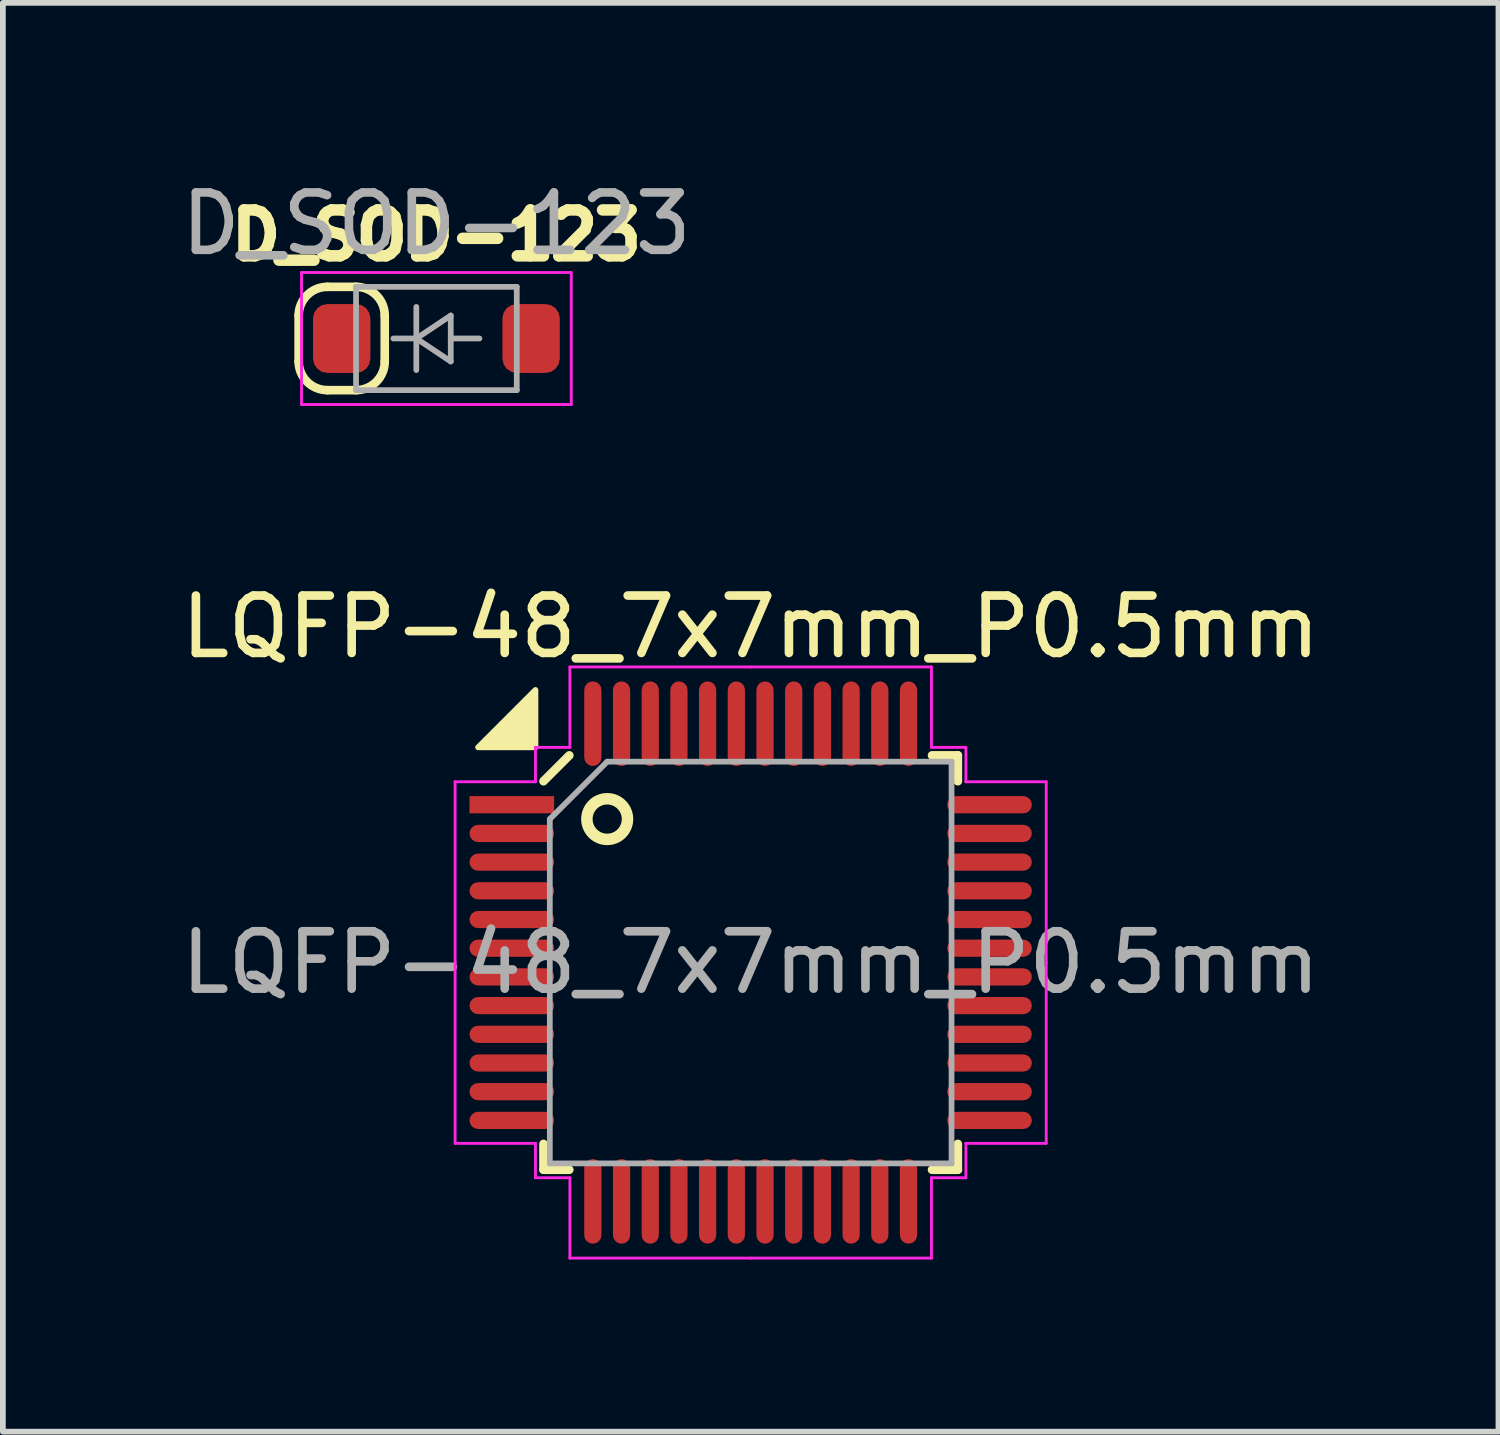
<source format=kicad_pcb>
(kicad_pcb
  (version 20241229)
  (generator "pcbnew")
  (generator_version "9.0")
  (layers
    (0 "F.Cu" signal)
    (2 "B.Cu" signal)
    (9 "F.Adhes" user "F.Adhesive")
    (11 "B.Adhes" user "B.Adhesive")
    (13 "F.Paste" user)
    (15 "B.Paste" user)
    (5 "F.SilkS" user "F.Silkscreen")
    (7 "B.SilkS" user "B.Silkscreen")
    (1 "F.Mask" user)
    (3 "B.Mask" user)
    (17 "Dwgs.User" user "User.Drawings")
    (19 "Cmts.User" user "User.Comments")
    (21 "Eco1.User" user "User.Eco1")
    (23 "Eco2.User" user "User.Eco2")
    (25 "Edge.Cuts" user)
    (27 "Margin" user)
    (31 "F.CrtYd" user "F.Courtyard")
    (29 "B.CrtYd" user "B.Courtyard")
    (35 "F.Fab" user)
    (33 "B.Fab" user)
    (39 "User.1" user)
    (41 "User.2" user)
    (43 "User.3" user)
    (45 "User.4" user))
  (footprint "LQFP-48_7x7mm_P0.5mm"
    (layer "F.Cu")
    (at 10.03 13.722)
    (property "Reference" "LQFP-48_7x7mm_P0.5mm" (at 0 -5.85 0) (layer "F.SilkS") (effects (font (size 1 1) (thickness 0.15))))
    (attr smd)
    (fp_line (start -3.61 -3.16) (end -3.16 -3.61) (stroke (width 0.15) (type solid)) (layer "F.SilkS"))
    (fp_line (start -3.61 3.61) (end -3.61 3.16) (stroke (width 0.15) (type solid)) (layer "F.SilkS"))
    (fp_line (start -3.16 3.61) (end -3.61 3.61) (stroke (width 0.15) (type solid)) (layer "F.SilkS"))
    (fp_line (start 3.16 -3.61) (end 3.61 -3.61) (stroke (width 0.15) (type solid)) (layer "F.SilkS"))
    (fp_line (start 3.16 3.61) (end 3.61 3.61) (stroke (width 0.15) (type solid)) (layer "F.SilkS"))
    (fp_line (start 3.61 -3.61) (end 3.61 -3.16) (stroke (width 0.15) (type solid)) (layer "F.SilkS"))
    (fp_line (start 3.61 3.61) (end 3.61 3.16) (stroke (width 0.15) (type solid)) (layer "F.SilkS"))
    (fp_circle (center -2.5 -2.5) (end -2.146 -2.5) (stroke (width 0.2) (type solid)) (fill no) (layer "F.SilkS"))
    (fp_poly (pts (xy -3.75 -3.75) (xy -3.75 -4.75) (xy -4.75 -3.75)) (stroke (width 0.1) (type solid)) (fill yes) (layer "F.SilkS"))
    (fp_line (start -5.15 -3.15) (end -5.15 0) (stroke (width 0.05) (type solid)) (layer "F.CrtYd"))
    (fp_line (start -5.15 3.15) (end -5.15 0) (stroke (width 0.05) (type solid)) (layer "F.CrtYd"))
    (fp_line (start -3.75 -3.75) (end -3.75 -3.15) (stroke (width 0.05) (type solid)) (layer "F.CrtYd"))
    (fp_line (start -3.75 -3.15) (end -5.15 -3.15) (stroke (width 0.05) (type solid)) (layer "F.CrtYd"))
    (fp_line (start -3.75 3.15) (end -5.15 3.15) (stroke (width 0.05) (type solid)) (layer "F.CrtYd"))
    (fp_line (start -3.75 3.75) (end -3.75 3.15) (stroke (width 0.05) (type solid)) (layer "F.CrtYd"))
    (fp_line (start -3.15 -5.15) (end -3.15 -3.75) (stroke (width 0.05) (type solid)) (layer "F.CrtYd"))
    (fp_line (start -3.15 -3.75) (end -3.75 -3.75) (stroke (width 0.05) (type solid)) (layer "F.CrtYd"))
    (fp_line (start -3.15 3.75) (end -3.75 3.75) (stroke (width 0.05) (type solid)) (layer "F.CrtYd"))
    (fp_line (start -3.15 5.15) (end -3.15 3.75) (stroke (width 0.05) (type solid)) (layer "F.CrtYd"))
    (fp_line (start 0 -5.15) (end -3.15 -5.15) (stroke (width 0.05) (type solid)) (layer "F.CrtYd"))
    (fp_line (start 0 -5.15) (end 3.15 -5.15) (stroke (width 0.05) (type solid)) (layer "F.CrtYd"))
    (fp_line (start 0 5.15) (end -3.15 5.15) (stroke (width 0.05) (type solid)) (layer "F.CrtYd"))
    (fp_line (start 0 5.15) (end 3.15 5.15) (stroke (width 0.05) (type solid)) (layer "F.CrtYd"))
    (fp_line (start 3.15 -5.15) (end 3.15 -3.75) (stroke (width 0.05) (type solid)) (layer "F.CrtYd"))
    (fp_line (start 3.15 -3.75) (end 3.75 -3.75) (stroke (width 0.05) (type solid)) (layer "F.CrtYd"))
    (fp_line (start 3.15 3.75) (end 3.75 3.75) (stroke (width 0.05) (type solid)) (layer "F.CrtYd"))
    (fp_line (start 3.15 5.15) (end 3.15 3.75) (stroke (width 0.05) (type solid)) (layer "F.CrtYd"))
    (fp_line (start 3.75 -3.75) (end 3.75 -3.15) (stroke (width 0.05) (type solid)) (layer "F.CrtYd"))
    (fp_line (start 3.75 -3.15) (end 5.15 -3.15) (stroke (width 0.05) (type solid)) (layer "F.CrtYd"))
    (fp_line (start 3.75 3.15) (end 5.15 3.15) (stroke (width 0.05) (type solid)) (layer "F.CrtYd"))
    (fp_line (start 3.75 3.75) (end 3.75 3.15) (stroke (width 0.05) (type solid)) (layer "F.CrtYd"))
    (fp_line (start 5.15 -3.15) (end 5.15 0) (stroke (width 0.05) (type solid)) (layer "F.CrtYd"))
    (fp_line (start 5.15 3.15) (end 5.15 0) (stroke (width 0.05) (type solid)) (layer "F.CrtYd"))
    (fp_line (start -3.5 -2.5) (end -2.5 -3.5) (stroke (width 0.1) (type solid)) (layer "F.Fab"))
    (fp_line (start -3.5 3.5) (end -3.5 -2.5) (stroke (width 0.1) (type solid)) (layer "F.Fab"))
    (fp_line (start -2.5 -3.5) (end 3.5 -3.5) (stroke (width 0.1) (type solid)) (layer "F.Fab"))
    (fp_line (start 3.5 -3.5) (end 3.5 3.5) (stroke (width 0.1) (type solid)) (layer "F.Fab"))
    (fp_line (start 3.5 3.5) (end -3.5 3.5) (stroke (width 0.1) (type solid)) (layer "F.Fab"))
    (fp_text user "${REFERENCE}" (at 0 0 0) (layer "F.Fab") (effects (font (size 1 1) (thickness 0.15))))
    (pad "1" smd rect (at -4.162 -2.75) (size 1.475 0.3) (layers "F.Cu" "F.Mask" "F.Paste"))
    (pad "2" smd roundrect (at -4.162 -2.25) (size 1.475 0.3) (layers "F.Cu" "F.Mask" "F.Paste") (roundrect_rratio 0.5))
    (pad "3" smd roundrect (at -4.162 -1.75) (size 1.475 0.3) (layers "F.Cu" "F.Mask" "F.Paste") (roundrect_rratio 0.5))
    (pad "4" smd roundrect (at -4.162 -1.25) (size 1.475 0.3) (layers "F.Cu" "F.Mask" "F.Paste") (roundrect_rratio 0.5))
    (pad "5" smd roundrect (at -4.162 -0.75) (size 1.475 0.3) (layers "F.Cu" "F.Mask" "F.Paste") (roundrect_rratio 0.5))
    (pad "6" smd roundrect (at -4.162 -0.25) (size 1.475 0.3) (layers "F.Cu" "F.Mask" "F.Paste") (roundrect_rratio 0.5))
    (pad "7" smd roundrect (at -4.162 0.25) (size 1.475 0.3) (layers "F.Cu" "F.Mask" "F.Paste") (roundrect_rratio 0.5))
    (pad "8" smd roundrect (at -4.162 0.75) (size 1.475 0.3) (layers "F.Cu" "F.Mask" "F.Paste") (roundrect_rratio 0.5))
    (pad "9" smd roundrect (at -4.162 1.25) (size 1.475 0.3) (layers "F.Cu" "F.Mask" "F.Paste") (roundrect_rratio 0.5))
    (pad "10" smd roundrect (at -4.162 1.75) (size 1.475 0.3) (layers "F.Cu" "F.Mask" "F.Paste") (roundrect_rratio 0.5))
    (pad "11" smd roundrect (at -4.162 2.25) (size 1.475 0.3) (layers "F.Cu" "F.Mask" "F.Paste") (roundrect_rratio 0.5))
    (pad "12" smd roundrect (at -4.162 2.75) (size 1.475 0.3) (layers "F.Cu" "F.Mask" "F.Paste") (roundrect_rratio 0.5))
    (pad "13" smd roundrect (at -2.75 4.162) (size 0.3 1.475) (layers "F.Cu" "F.Mask" "F.Paste") (roundrect_rratio 0.5))
    (pad "14" smd roundrect (at -2.25 4.162) (size 0.3 1.475) (layers "F.Cu" "F.Mask" "F.Paste") (roundrect_rratio 0.5))
    (pad "15" smd roundrect (at -1.75 4.162) (size 0.3 1.475) (layers "F.Cu" "F.Mask" "F.Paste") (roundrect_rratio 0.5))
    (pad "16" smd roundrect (at -1.25 4.162) (size 0.3 1.475) (layers "F.Cu" "F.Mask" "F.Paste") (roundrect_rratio 0.5))
    (pad "17" smd roundrect (at -0.75 4.162) (size 0.3 1.475) (layers "F.Cu" "F.Mask" "F.Paste") (roundrect_rratio 0.5))
    (pad "18" smd roundrect (at -0.25 4.162) (size 0.3 1.475) (layers "F.Cu" "F.Mask" "F.Paste") (roundrect_rratio 0.5))
    (pad "19" smd roundrect (at 0.25 4.162) (size 0.3 1.475) (layers "F.Cu" "F.Mask" "F.Paste") (roundrect_rratio 0.5))
    (pad "20" smd roundrect (at 0.75 4.162) (size 0.3 1.475) (layers "F.Cu" "F.Mask" "F.Paste") (roundrect_rratio 0.5))
    (pad "21" smd roundrect (at 1.25 4.162) (size 0.3 1.475) (layers "F.Cu" "F.Mask" "F.Paste") (roundrect_rratio 0.5))
    (pad "22" smd roundrect (at 1.75 4.162) (size 0.3 1.475) (layers "F.Cu" "F.Mask" "F.Paste") (roundrect_rratio 0.5))
    (pad "23" smd roundrect (at 2.25 4.162) (size 0.3 1.475) (layers "F.Cu" "F.Mask" "F.Paste") (roundrect_rratio 0.5))
    (pad "24" smd roundrect (at 2.75 4.162) (size 0.3 1.475) (layers "F.Cu" "F.Mask" "F.Paste") (roundrect_rratio 0.5))
    (pad "25" smd roundrect (at 4.162 2.75) (size 1.475 0.3) (layers "F.Cu" "F.Mask" "F.Paste") (roundrect_rratio 0.5))
    (pad "26" smd roundrect (at 4.162 2.25) (size 1.475 0.3) (layers "F.Cu" "F.Mask" "F.Paste") (roundrect_rratio 0.5))
    (pad "27" smd roundrect (at 4.162 1.75) (size 1.475 0.3) (layers "F.Cu" "F.Mask" "F.Paste") (roundrect_rratio 0.5))
    (pad "28" smd roundrect (at 4.162 1.25) (size 1.475 0.3) (layers "F.Cu" "F.Mask" "F.Paste") (roundrect_rratio 0.5))
    (pad "29" smd roundrect (at 4.162 0.75) (size 1.475 0.3) (layers "F.Cu" "F.Mask" "F.Paste") (roundrect_rratio 0.5))
    (pad "30" smd roundrect (at 4.162 0.25) (size 1.475 0.3) (layers "F.Cu" "F.Mask" "F.Paste") (roundrect_rratio 0.5))
    (pad "31" smd roundrect (at 4.162 -0.25) (size 1.475 0.3) (layers "F.Cu" "F.Mask" "F.Paste") (roundrect_rratio 0.5))
    (pad "32" smd roundrect (at 4.162 -0.75) (size 1.475 0.3) (layers "F.Cu" "F.Mask" "F.Paste") (roundrect_rratio 0.5))
    (pad "33" smd roundrect (at 4.162 -1.25) (size 1.475 0.3) (layers "F.Cu" "F.Mask" "F.Paste") (roundrect_rratio 0.5))
    (pad "34" smd roundrect (at 4.162 -1.75) (size 1.475 0.3) (layers "F.Cu" "F.Mask" "F.Paste") (roundrect_rratio 0.5))
    (pad "35" smd roundrect (at 4.162 -2.25) (size 1.475 0.3) (layers "F.Cu" "F.Mask" "F.Paste") (roundrect_rratio 0.5))
    (pad "36" smd roundrect (at 4.162 -2.75) (size 1.475 0.3) (layers "F.Cu" "F.Mask" "F.Paste") (roundrect_rratio 0.5))
    (pad "37" smd roundrect (at 2.75 -4.162) (size 0.3 1.475) (layers "F.Cu" "F.Mask" "F.Paste") (roundrect_rratio 0.5))
    (pad "38" smd roundrect (at 2.25 -4.162) (size 0.3 1.475) (layers "F.Cu" "F.Mask" "F.Paste") (roundrect_rratio 0.5))
    (pad "39" smd roundrect (at 1.75 -4.162) (size 0.3 1.475) (layers "F.Cu" "F.Mask" "F.Paste") (roundrect_rratio 0.5))
    (pad "40" smd roundrect (at 1.25 -4.162) (size 0.3 1.475) (layers "F.Cu" "F.Mask" "F.Paste") (roundrect_rratio 0.5))
    (pad "41" smd roundrect (at 0.75 -4.162) (size 0.3 1.475) (layers "F.Cu" "F.Mask" "F.Paste") (roundrect_rratio 0.5))
    (pad "42" smd roundrect (at 0.25 -4.162) (size 0.3 1.475) (layers "F.Cu" "F.Mask" "F.Paste") (roundrect_rratio 0.5))
    (pad "43" smd roundrect (at -0.25 -4.162) (size 0.3 1.475) (layers "F.Cu" "F.Mask" "F.Paste") (roundrect_rratio 0.5))
    (pad "44" smd roundrect (at -0.75 -4.162) (size 0.3 1.475) (layers "F.Cu" "F.Mask" "F.Paste") (roundrect_rratio 0.5))
    (pad "45" smd roundrect (at -1.25 -4.162) (size 0.3 1.475) (layers "F.Cu" "F.Mask" "F.Paste") (roundrect_rratio 0.5))
    (pad "46" smd roundrect (at -1.75 -4.162) (size 0.3 1.475) (layers "F.Cu" "F.Mask" "F.Paste") (roundrect_rratio 0.5))
    (pad "47" smd roundrect (at -2.25 -4.162) (size 0.3 1.475) (layers "F.Cu" "F.Mask" "F.Paste") (roundrect_rratio 0.5))
    (pad "48" smd roundrect (at -2.75 -4.162) (size 0.3 1.475) (layers "F.Cu" "F.Mask" "F.Paste") (roundrect_rratio 0.5)))
  (footprint "D_SOD-123"
    (layer "F.Cu")
    (at 4.554 2.848)
    (property "Reference" "D_SOD-123" (at 0 -1.8 180) (layer "F.SilkS") (effects (font (size 0.8 0.8) (thickness 0.2))))
    (attr smd)
    (fp_line (start -2.4 -0.4) (end -2.4 0.4) (stroke (width 0.15) (type solid)) (layer "F.SilkS"))
    (fp_line (start -1.9 -0.9) (end -1.4 -0.9) (stroke (width 0.15) (type solid)) (layer "F.SilkS"))
    (fp_line (start -1.4 0.9) (end -1.9 0.9) (stroke (width 0.15) (type solid)) (layer "F.SilkS"))
    (fp_line (start -0.9 -0.4) (end -0.9 0.4) (stroke (width 0.15) (type solid)) (layer "F.SilkS"))
    (fp_arc (start -2.4 -0.4) (mid -2.253553 -0.753553) (end -1.9 -0.9) (stroke (width 0.15) (type solid)) (layer "F.SilkS"))
    (fp_arc (start -1.9 0.9) (mid -2.253553 0.753553) (end -2.4 0.4) (stroke (width 0.15) (type solid)) (layer "F.SilkS"))
    (fp_arc (start -1.4 -0.9) (mid -1.046447 -0.753553) (end -0.9 -0.4) (stroke (width 0.15) (type solid)) (layer "F.SilkS"))
    (fp_arc (start -0.9 0.4) (mid -1.046447 0.753553) (end -1.4 0.9) (stroke (width 0.15) (type solid)) (layer "F.SilkS"))
    (fp_line (start -2.35 -1.15) (end -2.35 1.15) (stroke (width 0.05) (type solid)) (layer "F.CrtYd"))
    (fp_line (start -2.35 -1.15) (end 2.35 -1.15) (stroke (width 0.05) (type solid)) (layer "F.CrtYd"))
    (fp_line (start 2.35 -1.15) (end 2.35 1.15) (stroke (width 0.05) (type solid)) (layer "F.CrtYd"))
    (fp_line (start 2.35 1.15) (end -2.35 1.15) (stroke (width 0.05) (type solid)) (layer "F.CrtYd"))
    (fp_line (start -1.4 -0.9) (end 1.4 -0.9) (stroke (width 0.1) (type solid)) (layer "F.Fab"))
    (fp_line (start -1.4 0.9) (end -1.4 -0.9) (stroke (width 0.1) (type solid)) (layer "F.Fab"))
    (fp_line (start -0.75 0) (end -0.35 0) (stroke (width 0.1) (type solid)) (layer "F.Fab"))
    (fp_line (start -0.35 0) (end -0.35 -0.55) (stroke (width 0.1) (type solid)) (layer "F.Fab"))
    (fp_line (start -0.35 0) (end -0.35 0.55) (stroke (width 0.1) (type solid)) (layer "F.Fab"))
    (fp_line (start -0.35 0) (end 0.25 -0.4) (stroke (width 0.1) (type solid)) (layer "F.Fab"))
    (fp_line (start 0.25 -0.4) (end 0.25 0.4) (stroke (width 0.1) (type solid)) (layer "F.Fab"))
    (fp_line (start 0.25 0) (end 0.75 0) (stroke (width 0.1) (type solid)) (layer "F.Fab"))
    (fp_line (start 0.25 0.4) (end -0.35 0) (stroke (width 0.1) (type solid)) (layer "F.Fab"))
    (fp_line (start 1.4 -0.9) (end 1.4 0.9) (stroke (width 0.1) (type solid)) (layer "F.Fab"))
    (fp_line (start 1.4 0.9) (end -1.4 0.9) (stroke (width 0.1) (type solid)) (layer "F.Fab"))
    (fp_text user "${REFERENCE}" (at 0 -2 0) (layer "F.Fab") (effects (font (size 1 1) (thickness 0.15))))
    (pad "1" smd roundrect (at -1.65 0) (size 1 1.2) (layers "F.Cu" "F.Mask" "F.Paste") (roundrect_rratio 0.25))
    (pad "2" smd roundrect (at 1.65 0) (size 1 1.2) (layers "F.Cu" "F.Mask" "F.Paste") (roundrect_rratio 0.25)))
  (gr_rect
    (start -3 -3)
    (end 23.06 21.896)
    (stroke (width 0.1) (type default))
    (fill no)
    (layer "Edge.Cuts")))
</source>
